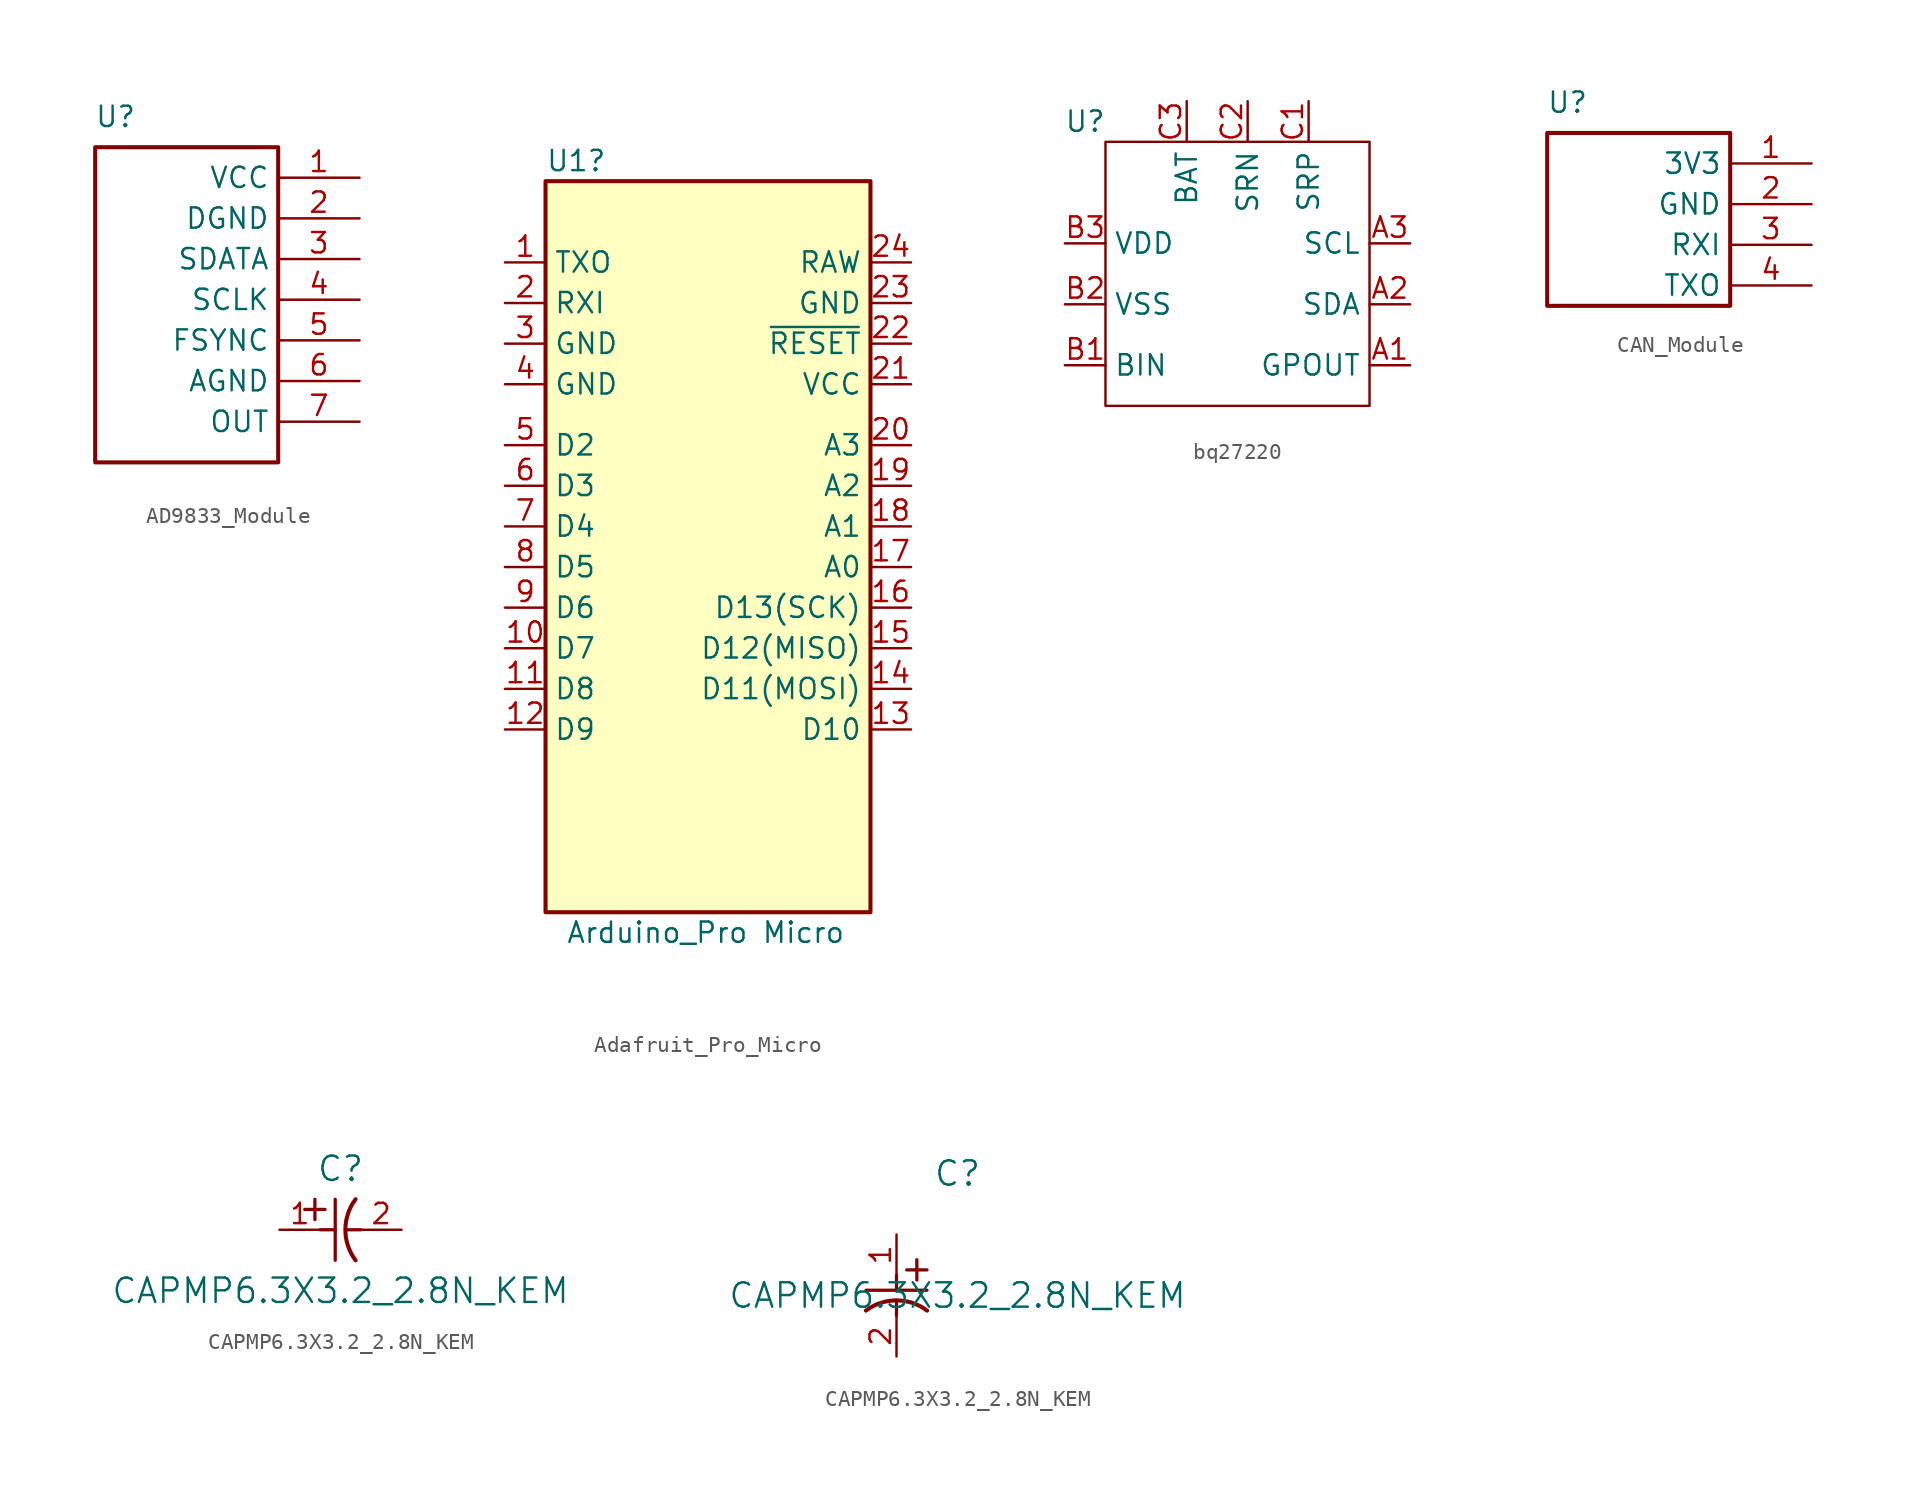
<source format=kicad_sym>
(kicad_symbol_lib
  (version 20220914)
  (generator kicad_symbol_editor)
  (symbol "AD9833_Module"
    (property "Reference" "U"
      (at 1.27 8.89 0)
      (effects (font (size 1.27 1.27))))
    (property "Value" ""
      (at 0 0 0)
      (effects (font (size 1.27 1.27))))
    (symbol "AD9833_Module_1_0"
      (rectangle (start 0 6.985) (end 11.43 -12.7) (stroke (width 0.254) (type solid)) (fill (type none)))
      (pin passive line (at 16.51 5.08 180) (length 5.08) (name "VCC" (effects (font (size 1.27 1.27)))) (number "1" (effects (font (size 1.27 1.27)))))
      (pin passive line (at 16.51 2.54 180) (length 5.08) (name "DGND" (effects (font (size 1.27 1.27)))) (number "2" (effects (font (size 1.27 1.27)))))
      (pin passive line (at 16.51 0 180) (length 5.08) (name "SDATA" (effects (font (size 1.27 1.27)))) (number "3" (effects (font (size 1.27 1.27)))))
      (pin passive line (at 16.51 -2.54 180) (length 5.08) (name "SCLK" (effects (font (size 1.27 1.27)))) (number "4" (effects (font (size 1.27 1.27)))))
      (pin passive line (at 16.51 -5.08 180) (length 5.08) (name "FSYNC" (effects (font (size 1.27 1.27)))) (number "5" (effects (font (size 1.27 1.27)))))
      (pin passive line (at 16.51 -7.62 180) (length 5.08) (name "AGND" (effects (font (size 1.27 1.27)))) (number "6" (effects (font (size 1.27 1.27)))))
      (pin passive line (at 16.51 -10.16 180) (length 5.08) (name "OUT" (effects (font (size 1.27 1.27)))) (number "7" (effects (font (size 1.27 1.27)))))))
  (symbol "Adafruit_Pro_Micro"
    (property "Reference" "U1"
      (at -10.16 24.13 0)
      (effects (font (size 1.27 1.27)) (justify left)))
    (property "Value" "Arduino_Pro Micro"
      (at -8.89 -24.13 0)
      (effects (font (size 1.27 1.27)) (justify left)))
    (symbol "Adafruit_Pro_Micro_0_1"
      (rectangle (start -10.16 22.86) (end 10.16 -22.86) (stroke (width 0.254) (type default)) (fill (type background))))
    (symbol "Adafruit_Pro_Micro_1_1"
      (pin bidirectional line (at -12.7 17.78 0) (length 2.54) (name "TXO" (effects (font (size 1.27 1.27)))) (number "1" (effects (font (size 1.27 1.27)))))
      (pin bidirectional line (at -12.7 -6.35 0) (length 2.54) (name "D7" (effects (font (size 1.27 1.27)))) (number "10" (effects (font (size 1.27 1.27)))))
      (pin bidirectional line (at -12.7 -8.89 0) (length 2.54) (name "D8" (effects (font (size 1.27 1.27)))) (number "11" (effects (font (size 1.27 1.27)))))
      (pin bidirectional line (at -12.7 -11.43 0) (length 2.54) (name "D9" (effects (font (size 1.27 1.27)))) (number "12" (effects (font (size 1.27 1.27)))))
      (pin bidirectional line (at 12.7 -11.43 180) (length 2.54) (name "D10" (effects (font (size 1.27 1.27)))) (number "13" (effects (font (size 1.27 1.27)))))
      (pin bidirectional line (at 12.7 -8.89 180) (length 2.54) (name "D11(MOSI)" (effects (font (size 1.27 1.27)))) (number "14" (effects (font (size 1.27 1.27)))))
      (pin bidirectional line (at 12.7 -6.35 180) (length 2.54) (name "D12(MISO)" (effects (font (size 1.27 1.27)))) (number "15" (effects (font (size 1.27 1.27)))))
      (pin bidirectional line (at 12.7 -3.81 180) (length 2.54) (name "D13(SCK)" (effects (font (size 1.27 1.27)))) (number "16" (effects (font (size 1.27 1.27)))))
      (pin bidirectional line (at 12.7 -1.27 180) (length 2.54) (name "A0" (effects (font (size 1.27 1.27)))) (number "17" (effects (font (size 1.27 1.27)))))
      (pin bidirectional line (at 12.7 1.27 180) (length 2.54) (name "A1" (effects (font (size 1.27 1.27)))) (number "18" (effects (font (size 1.27 1.27)))))
      (pin bidirectional line (at 12.7 3.81 180) (length 2.54) (name "A2" (effects (font (size 1.27 1.27)))) (number "19" (effects (font (size 1.27 1.27)))))
      (pin bidirectional line (at -12.7 15.24 0) (length 2.54) (name "RXI" (effects (font (size 1.27 1.27)))) (number "2" (effects (font (size 1.27 1.27)))))
      (pin bidirectional line (at 12.7 6.35 180) (length 2.54) (name "A3" (effects (font (size 1.27 1.27)))) (number "20" (effects (font (size 1.27 1.27)))))
      (pin power_out line (at 12.7 10.16 180) (length 2.54) (name "VCC" (effects (font (size 1.27 1.27)))) (number "21" (effects (font (size 1.27 1.27)))))
      (pin input line (at 12.7 12.7 180) (length 2.54) (name "~{RESET}" (effects (font (size 1.27 1.27)))) (number "22" (effects (font (size 1.27 1.27)))))
      (pin power_in line (at 12.7 15.24 180) (length 2.54) (name "GND" (effects (font (size 1.27 1.27)))) (number "23" (effects (font (size 1.27 1.27)))))
      (pin power_out line (at 12.7 17.78 180) (length 2.54) (name "RAW" (effects (font (size 1.27 1.27)))) (number "24" (effects (font (size 1.27 1.27)))))
      (pin power_in line (at -12.7 12.7 0) (length 2.54) (name "GND" (effects (font (size 1.27 1.27)))) (number "3" (effects (font (size 1.27 1.27)))))
      (pin power_in line (at -12.7 10.16 0) (length 2.54) (name "GND" (effects (font (size 1.27 1.27)))) (number "4" (effects (font (size 1.27 1.27)))))
      (pin bidirectional line (at -12.7 6.35 0) (length 2.54) (name "D2" (effects (font (size 1.27 1.27)))) (number "5" (effects (font (size 1.27 1.27)))))
      (pin bidirectional line (at -12.7 3.81 0) (length 2.54) (name "D3" (effects (font (size 1.27 1.27)))) (number "6" (effects (font (size 1.27 1.27)))))
      (pin bidirectional line (at -12.7 1.27 0) (length 2.54) (name "D4" (effects (font (size 1.27 1.27)))) (number "7" (effects (font (size 1.27 1.27)))))
      (pin bidirectional line (at -12.7 -1.27 0) (length 2.54) (name "D5" (effects (font (size 1.27 1.27)))) (number "8" (effects (font (size 1.27 1.27)))))
      (pin bidirectional line (at -12.7 -3.81 0) (length 2.54) (name "D6" (effects (font (size 1.27 1.27)))) (number "9" (effects (font (size 1.27 1.27)))))))
  (symbol "bq27220"
    (property "Reference" "U"
      (at -1.27 1.27 0)
      (effects (font (size 1.27 1.27))))
    (property "Value" ""
      (at 0 0 0)
      (effects (font (size 1.27 1.27))))
    (symbol "bq27220_0_1"
      (rectangle (start 0 0) (end 16.51 -16.51) (stroke (width 0) (type default)) (fill (type none))))
    (symbol "bq27220_1_1"
      (pin output line (at 19.05 -13.97 180) (length 2.54) (name "GPOUT" (effects (font (size 1.27 1.27)))) (number "A1" (effects (font (size 1.27 1.27)))))
      (pin bidirectional line (at 19.05 -10.16 180) (length 2.54) (name "SDA" (effects (font (size 1.27 1.27)))) (number "A2" (effects (font (size 1.27 1.27)))))
      (pin bidirectional line (at 19.05 -6.35 180) (length 2.54) (name "SCL" (effects (font (size 1.27 1.27)))) (number "A3" (effects (font (size 1.27 1.27)))))
      (pin input line (at -2.54 -13.97 0) (length 2.54) (name "BIN" (effects (font (size 1.27 1.27)))) (number "B1" (effects (font (size 1.27 1.27)))))
      (pin power_in line (at -2.54 -10.16 0) (length 2.54) (name "VSS" (effects (font (size 1.27 1.27)))) (number "B2" (effects (font (size 1.27 1.27)))))
      (pin power_out line (at -2.54 -6.35 0) (length 2.54) (name "VDD" (effects (font (size 1.27 1.27)))) (number "B3" (effects (font (size 1.27 1.27)))))
      (pin input line (at 12.7 2.54 270) (length 2.54) (name "SRP" (effects (font (size 1.27 1.27)))) (number "C1" (effects (font (size 1.27 1.27)))))
      (pin input line (at 8.89 2.54 270) (length 2.54) (name "SRN" (effects (font (size 1.27 1.27)))) (number "C2" (effects (font (size 1.27 1.27)))))
      (pin input line (at 5.08 2.54 270) (length 2.54) (name "BAT" (effects (font (size 1.27 1.27)))) (number "C3" (effects (font (size 1.27 1.27)))))))
  (symbol "CAN_Module"
    (property "Reference" "U"
      (at 1.27 8.89 0)
      (effects (font (size 1.27 1.27))))
    (property "Value" ""
      (at 0 0 0)
      (effects (font (size 1.27 1.27))))
    (symbol "CAN_Module_1_0"
      (rectangle (start 0 6.985) (end 11.43 -3.81) (stroke (width 0.254) (type solid)) (fill (type none)))
      (pin passive line (at 16.51 5.08 180) (length 5.08) (name "3V3" (effects (font (size 1.27 1.27)))) (number "1" (effects (font (size 1.27 1.27)))))
      (pin passive line (at 16.51 2.54 180) (length 5.08) (name "GND" (effects (font (size 1.27 1.27)))) (number "2" (effects (font (size 1.27 1.27)))))
      (pin passive line (at 16.51 0 180) (length 5.08) (name "RXI" (effects (font (size 1.27 1.27)))) (number "3" (effects (font (size 1.27 1.27)))))
      (pin passive line (at 16.51 -2.54 180) (length 5.08) (name "TXO" (effects (font (size 1.27 1.27)))) (number "4" (effects (font (size 1.27 1.27)))))))
  (symbol "CAPMP6.3X3.2_2.8N_KEM"
    (pin_names
      (offset 0.254))
    (property "Reference" "C"
      (at 3.81 3.81 0)
      (effects (font (size 1.524 1.524))))
    (property "Value" "CAPMP6.3X3.2_2.8N_KEM"
      (at 3.81 -3.81 0)
      (effects (font (size 1.524 1.524))))
    (property "ki_locked" ""
      (at 0 0 0)
      (effects (font (size 1.27 1.27))))
    (symbol "CAPMP6.3X3.2_2.8N_KEM_1_1"
      (polyline (pts (xy 1.575 1.27) (xy 2.845 1.27)) (stroke (width 0.203) (type default)) (fill (type none)))
      (polyline (pts (xy 2.21 0.635) (xy 2.21 1.905)) (stroke (width 0.203) (type default)) (fill (type none)))
      (polyline (pts (xy 2.54 0) (xy 3.48 0)) (stroke (width 0.203) (type default)) (fill (type none)))
      (polyline (pts (xy 3.48 -1.905) (xy 3.48 1.905)) (stroke (width 0.203) (type default)) (fill (type none)))
      (polyline (pts (xy 4.115 0) (xy 5.08 0)) (stroke (width 0.203) (type default)) (fill (type none)))
      (arc (start 4.7541 1.9108) (mid 4.1148 0) (end 4.7541 -1.9108) (stroke (width 0.254) (type default)) (fill (type none)))
      (pin unspecified line (at 0 0 0) (length 2.54) (name "" (effects (font (size 1.27 1.27)))) (number "1" (effects (font (size 1.27 1.27)))))
      (pin unspecified line (at 7.62 0 180) (length 2.54) (name "" (effects (font (size 1.27 1.27)))) (number "2" (effects (font (size 1.27 1.27))))))
    (symbol "CAPMP6.3X3.2_2.8N_KEM_1_2"
      (polyline (pts (xy -1.905 -3.48) (xy 1.905 -3.48)) (stroke (width 0.203) (type default)) (fill (type none)))
      (polyline (pts (xy 0 -4.115) (xy 0 -5.08)) (stroke (width 0.203) (type default)) (fill (type none)))
      (polyline (pts (xy 0 -2.54) (xy 0 -3.48)) (stroke (width 0.203) (type default)) (fill (type none)))
      (polyline (pts (xy 0.635 -2.21) (xy 1.905 -2.21)) (stroke (width 0.203) (type default)) (fill (type none)))
      (polyline (pts (xy 1.27 -1.575) (xy 1.27 -2.845)) (stroke (width 0.203) (type default)) (fill (type none)))
      (arc (start 1.9108 -4.7541) (mid 0 -4.1148) (end -1.9108 -4.7541) (stroke (width 0.254) (type default)) (fill (type none)))
      (pin unspecified line (at 0 0 270) (length 2.54) (name "" (effects (font (size 1.27 1.27)))) (number "1" (effects (font (size 1.27 1.27)))))
      (pin unspecified line (at 0 -7.62 90) (length 2.54) (name "" (effects (font (size 1.27 1.27)))) (number "2" (effects (font (size 1.27 1.27))))))))
</source>
